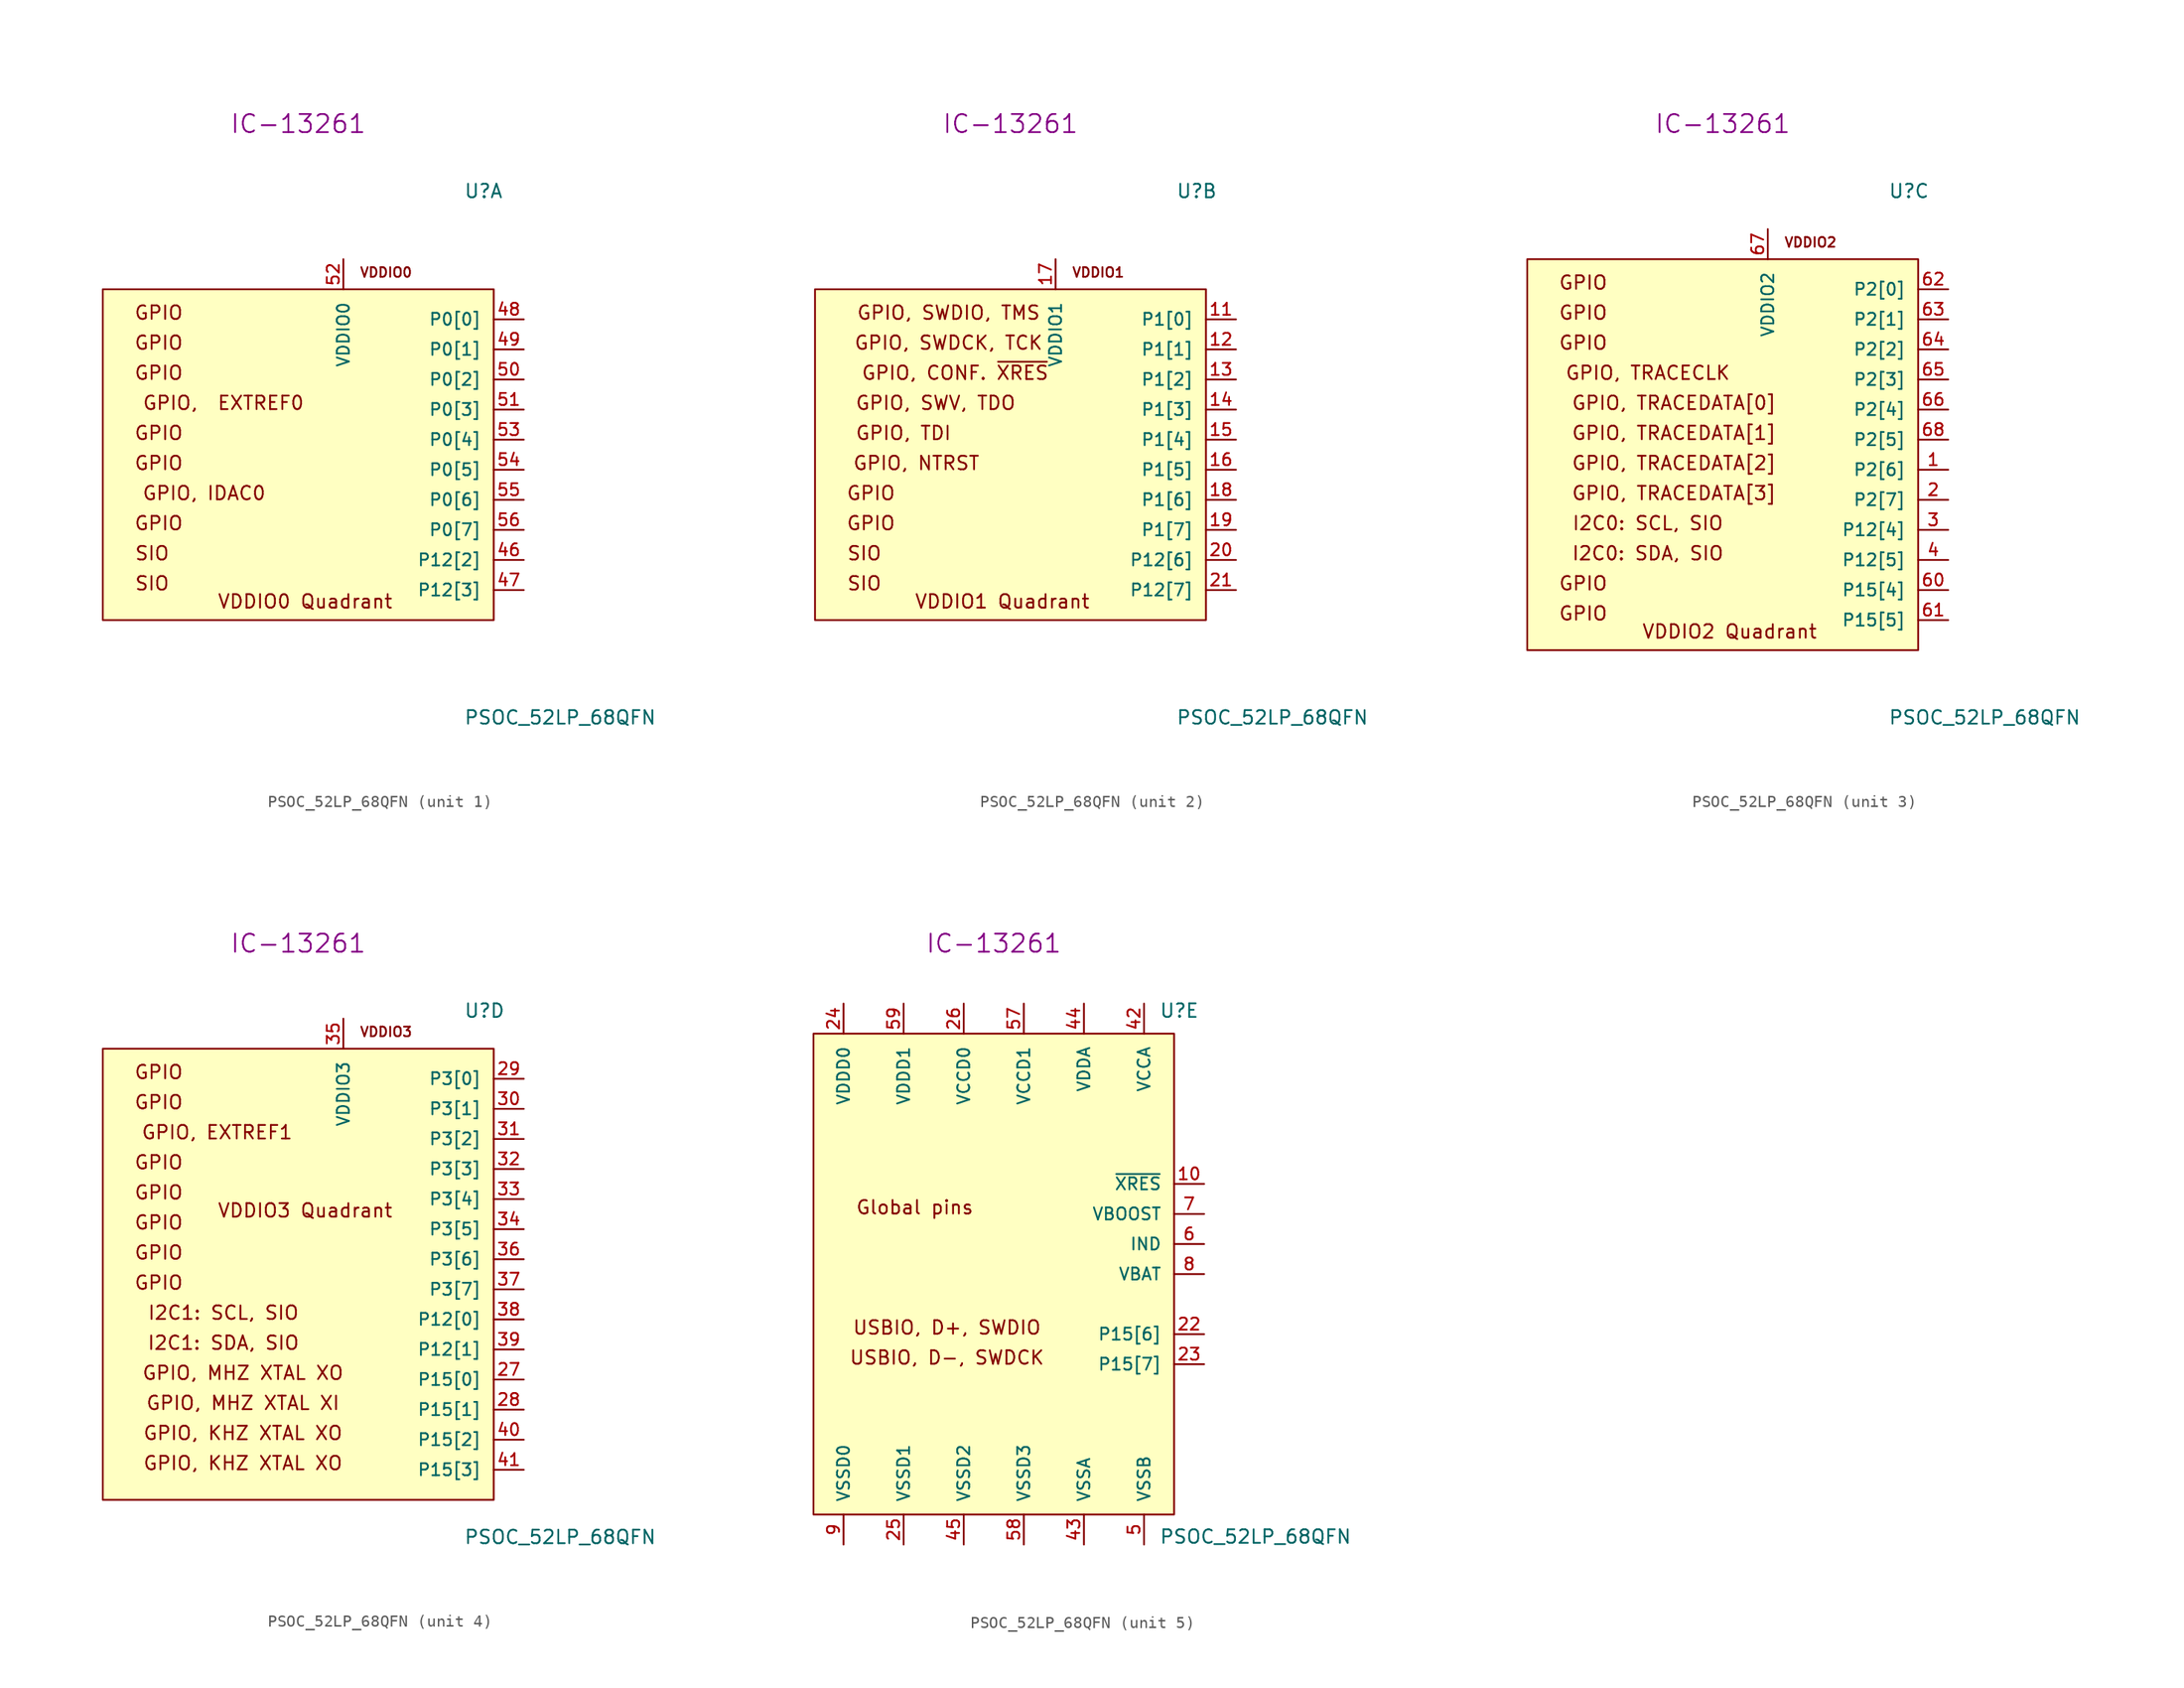
<source format=kicad_sym>
(kicad_symbol_lib
  (version 20220914)
  (generator kicad_symbol_editor)
  (symbol "PSOC_52LP_68QFN"
    (pin_names
      (offset 1.016))
    (property "Reference" "U"
      (at 13.97 21.59 0)
      (effects (font (size 1.143 1.143)) (justify left bottom)))
    (property "Value" "PSOC_52LP_68QFN"
      (at 13.97 -22.86 0)
      (effects (font (size 1.143 1.143)) (justify left bottom)))
    (property "Field4" "IC-13261"
      (at 0 27.94 0)
      (effects (font (size 1.524 1.524))))
    (property "ki_locked" ""
      (at 0 0 0)
      (effects (font (size 1.27 1.27))))
    (symbol "PSOC_52LP_68QFN_1_0"
      (text "GPIO" (at -11.786 -5.791 0) (effects (font (size 1.143 1.143))))
      (text "GPIO" (at -11.786 -0.711 0) (effects (font (size 1.143 1.143))))
      (text "GPIO" (at -11.786 1.829 0) (effects (font (size 1.143 1.143))))
      (text "GPIO" (at -11.786 6.909 0) (effects (font (size 1.143 1.143))))
      (text "GPIO" (at -11.786 9.449 0) (effects (font (size 1.143 1.143))))
      (text "GPIO" (at -11.786 11.989 0) (effects (font (size 1.143 1.143))))
      (text "GPIO,  EXTREF0" (at -6.325 4.369 0) (effects (font (size 1.143 1.143))))
      (text "GPIO, IDAC0" (at -7.95 -3.251 0) (effects (font (size 1.143 1.143))))
      (text "SIO" (at -12.344 -10.871 0) (effects (font (size 1.143 1.143))))
      (text "SIO" (at -12.344 -8.331 0) (effects (font (size 1.143 1.143))))
      (text "VDDIO0" (at 7.417 15.392 0) (effects (font (size 0.813 0.813))))
      (text "VDDIO0 Quadrant" (at 0.584 -12.395 0) (effects (font (size 1.143 1.143)))))
    (symbol "PSOC_52LP_68QFN_1_1"
      (polyline (pts (xy -16.51 -13.97) (xy -16.51 13.97) (xy 16.51 13.97) (xy 16.51 -13.97) (xy -16.51 -13.97)) (stroke (width 0) (type solid)) (fill (type background)))
      (pin bidirectional line (at 19.05 -8.89 180) (length 2.54) (name "P12[2]" (effects (font (size 1.016 1.016)))) (number "46" (effects (font (size 1.016 1.016)))))
      (pin bidirectional line (at 19.05 -11.43 180) (length 2.54) (name "P12[3]" (effects (font (size 1.016 1.016)))) (number "47" (effects (font (size 1.016 1.016)))))
      (pin bidirectional line (at 19.05 11.43 180) (length 2.54) (name "P0[0]" (effects (font (size 1.016 1.016)))) (number "48" (effects (font (size 1.016 1.016)))))
      (pin bidirectional line (at 19.05 8.89 180) (length 2.54) (name "P0[1]" (effects (font (size 1.016 1.016)))) (number "49" (effects (font (size 1.016 1.016)))))
      (pin bidirectional line (at 19.05 6.35 180) (length 2.54) (name "P0[2]" (effects (font (size 1.016 1.016)))) (number "50" (effects (font (size 1.016 1.016)))))
      (pin bidirectional line (at 19.05 3.81 180) (length 2.54) (name "P0[3]" (effects (font (size 1.016 1.016)))) (number "51" (effects (font (size 1.016 1.016)))))
      (pin bidirectional line (at 3.81 16.51 270) (length 2.54) (name "VDDIO0" (effects (font (size 1.016 1.016)))) (number "52" (effects (font (size 1.016 1.016)))))
      (pin bidirectional line (at 19.05 1.27 180) (length 2.54) (name "P0[4]" (effects (font (size 1.016 1.016)))) (number "53" (effects (font (size 1.016 1.016)))))
      (pin bidirectional line (at 19.05 -1.27 180) (length 2.54) (name "P0[5]" (effects (font (size 1.016 1.016)))) (number "54" (effects (font (size 1.016 1.016)))))
      (pin bidirectional line (at 19.05 -3.81 180) (length 2.54) (name "P0[6]" (effects (font (size 1.016 1.016)))) (number "55" (effects (font (size 1.016 1.016)))))
      (pin bidirectional line (at 19.05 -6.35 180) (length 2.54) (name "P0[7]" (effects (font (size 1.016 1.016)))) (number "56" (effects (font (size 1.016 1.016))))))
    (symbol "PSOC_52LP_68QFN_2_0"
      (text "GPIO" (at -11.786 -5.791 0) (effects (font (size 1.143 1.143))))
      (text "GPIO" (at -11.786 -3.251 0) (effects (font (size 1.143 1.143))))
      (text "GPIO, CONF. ~{XRES}" (at -4.674 6.909 0) (effects (font (size 1.143 1.143))))
      (text "GPIO, NTRST" (at -7.95 -0.711 0) (effects (font (size 1.143 1.143))))
      (text "GPIO, SWDCK, TCK" (at -5.232 9.449 0) (effects (font (size 1.143 1.143))))
      (text "GPIO, SWDIO, TMS" (at -5.232 11.989 0) (effects (font (size 1.143 1.143))))
      (text "GPIO, SWV, TDO" (at -6.325 4.369 0) (effects (font (size 1.143 1.143))))
      (text "GPIO, TDI" (at -9.042 1.829 0) (effects (font (size 1.143 1.143))))
      (text "SIO" (at -12.344 -10.871 0) (effects (font (size 1.143 1.143))))
      (text "SIO" (at -12.344 -8.331 0) (effects (font (size 1.143 1.143))))
      (text "VDDIO1" (at 7.417 15.392 0) (effects (font (size 0.813 0.813))))
      (text "VDDIO1 Quadrant" (at -0.686 -12.395 0) (effects (font (size 1.143 1.143)))))
    (symbol "PSOC_52LP_68QFN_2_1"
      (polyline (pts (xy -16.51 -13.97) (xy -16.51 13.97) (xy 16.51 13.97) (xy 16.51 -13.97) (xy -16.51 -13.97)) (stroke (width 0) (type solid)) (fill (type background)))
      (pin bidirectional line (at 19.05 11.43 180) (length 2.54) (name "P1[0]" (effects (font (size 1.016 1.016)))) (number "11" (effects (font (size 1.016 1.016)))))
      (pin bidirectional line (at 19.05 8.89 180) (length 2.54) (name "P1[1]" (effects (font (size 1.016 1.016)))) (number "12" (effects (font (size 1.016 1.016)))))
      (pin bidirectional line (at 19.05 6.35 180) (length 2.54) (name "P1[2]" (effects (font (size 1.016 1.016)))) (number "13" (effects (font (size 1.016 1.016)))))
      (pin bidirectional line (at 19.05 3.81 180) (length 2.54) (name "P1[3]" (effects (font (size 1.016 1.016)))) (number "14" (effects (font (size 1.016 1.016)))))
      (pin bidirectional line (at 19.05 1.27 180) (length 2.54) (name "P1[4]" (effects (font (size 1.016 1.016)))) (number "15" (effects (font (size 1.016 1.016)))))
      (pin bidirectional line (at 19.05 -1.27 180) (length 2.54) (name "P1[5]" (effects (font (size 1.016 1.016)))) (number "16" (effects (font (size 1.016 1.016)))))
      (pin bidirectional line (at 3.81 16.51 270) (length 2.54) (name "VDDIO1" (effects (font (size 1.016 1.016)))) (number "17" (effects (font (size 1.016 1.016)))))
      (pin bidirectional line (at 19.05 -3.81 180) (length 2.54) (name "P1[6]" (effects (font (size 1.016 1.016)))) (number "18" (effects (font (size 1.016 1.016)))))
      (pin bidirectional line (at 19.05 -6.35 180) (length 2.54) (name "P1[7]" (effects (font (size 1.016 1.016)))) (number "19" (effects (font (size 1.016 1.016)))))
      (pin bidirectional line (at 19.05 -8.89 180) (length 2.54) (name "P12[6]" (effects (font (size 1.016 1.016)))) (number "20" (effects (font (size 1.016 1.016)))))
      (pin bidirectional line (at 19.05 -11.43 180) (length 2.54) (name "P12[7]" (effects (font (size 1.016 1.016)))) (number "21" (effects (font (size 1.016 1.016))))))
    (symbol "PSOC_52LP_68QFN_3_0"
      (text "GPIO" (at -11.786 -13.411 0) (effects (font (size 1.143 1.143))))
      (text "GPIO" (at -11.786 -10.871 0) (effects (font (size 1.143 1.143))))
      (text "GPIO" (at -11.786 9.449 0) (effects (font (size 1.143 1.143))))
      (text "GPIO" (at -11.786 11.989 0) (effects (font (size 1.143 1.143))))
      (text "GPIO" (at -11.786 14.529 0) (effects (font (size 1.143 1.143))))
      (text "GPIO, TRACECLK" (at -6.325 6.909 0) (effects (font (size 1.143 1.143))))
      (text "GPIO, TRACEDATA[0]" (at -4.115 4.369 0) (effects (font (size 1.143 1.143))))
      (text "GPIO, TRACEDATA[1]" (at -4.115 1.829 0) (effects (font (size 1.143 1.143))))
      (text "GPIO, TRACEDATA[2]" (at -4.115 -0.711 0) (effects (font (size 1.143 1.143))))
      (text "GPIO, TRACEDATA[3]" (at -4.115 -3.251 0) (effects (font (size 1.143 1.143))))
      (text "I2C0: SCL, SIO" (at -6.325 -5.791 0) (effects (font (size 1.143 1.143))))
      (text "I2C0: SDA, SIO" (at -6.325 -8.331 0) (effects (font (size 1.143 1.143))))
      (text "VDDIO2" (at 7.417 17.932 0) (effects (font (size 0.813 0.813))))
      (text "VDDIO2 Quadrant" (at 0.584 -14.935 0) (effects (font (size 1.143 1.143)))))
    (symbol "PSOC_52LP_68QFN_3_1"
      (polyline (pts (xy -16.51 -16.51) (xy -16.51 16.51) (xy 16.51 16.51) (xy 16.51 -16.51) (xy -16.51 -16.51)) (stroke (width 0) (type solid)) (fill (type background)))
      (pin bidirectional line (at 19.05 -1.27 180) (length 2.54) (name "P2[6]" (effects (font (size 1.016 1.016)))) (number "1" (effects (font (size 1.016 1.016)))))
      (pin bidirectional line (at 19.05 -3.81 180) (length 2.54) (name "P2[7]" (effects (font (size 1.016 1.016)))) (number "2" (effects (font (size 1.016 1.016)))))
      (pin bidirectional line (at 19.05 -6.35 180) (length 2.54) (name "P12[4]" (effects (font (size 1.016 1.016)))) (number "3" (effects (font (size 1.016 1.016)))))
      (pin bidirectional line (at 19.05 -8.89 180) (length 2.54) (name "P12[5]" (effects (font (size 1.016 1.016)))) (number "4" (effects (font (size 1.016 1.016)))))
      (pin bidirectional line (at 19.05 -11.43 180) (length 2.54) (name "P15[4]" (effects (font (size 1.016 1.016)))) (number "60" (effects (font (size 1.016 1.016)))))
      (pin bidirectional line (at 19.05 -13.97 180) (length 2.54) (name "P15[5]" (effects (font (size 1.016 1.016)))) (number "61" (effects (font (size 1.016 1.016)))))
      (pin bidirectional line (at 19.05 13.97 180) (length 2.54) (name "P2[0]" (effects (font (size 1.016 1.016)))) (number "62" (effects (font (size 1.016 1.016)))))
      (pin bidirectional line (at 19.05 11.43 180) (length 2.54) (name "P2[1]" (effects (font (size 1.016 1.016)))) (number "63" (effects (font (size 1.016 1.016)))))
      (pin bidirectional line (at 19.05 8.89 180) (length 2.54) (name "P2[2]" (effects (font (size 1.016 1.016)))) (number "64" (effects (font (size 1.016 1.016)))))
      (pin bidirectional line (at 19.05 6.35 180) (length 2.54) (name "P2[3]" (effects (font (size 1.016 1.016)))) (number "65" (effects (font (size 1.016 1.016)))))
      (pin bidirectional line (at 19.05 3.81 180) (length 2.54) (name "P2[4]" (effects (font (size 1.016 1.016)))) (number "66" (effects (font (size 1.016 1.016)))))
      (pin bidirectional line (at 3.81 19.05 270) (length 2.54) (name "VDDIO2" (effects (font (size 1.016 1.016)))) (number "67" (effects (font (size 1.016 1.016)))))
      (pin bidirectional line (at 19.05 1.27 180) (length 2.54) (name "P2[5]" (effects (font (size 1.016 1.016)))) (number "68" (effects (font (size 1.016 1.016))))))
    (symbol "PSOC_52LP_68QFN_4_0"
      (text "GPIO" (at -11.786 -0.711 0) (effects (font (size 1.143 1.143))))
      (text "GPIO" (at -11.786 1.829 0) (effects (font (size 1.143 1.143))))
      (text "GPIO" (at -11.786 4.369 0) (effects (font (size 1.143 1.143))))
      (text "GPIO" (at -11.786 6.909 0) (effects (font (size 1.143 1.143))))
      (text "GPIO" (at -11.786 9.449 0) (effects (font (size 1.143 1.143))))
      (text "GPIO" (at -11.786 14.529 0) (effects (font (size 1.143 1.143))))
      (text "GPIO" (at -11.786 17.069 0) (effects (font (size 1.143 1.143))))
      (text "GPIO, EXTREF1" (at -6.858 11.989 0) (effects (font (size 1.143 1.143))))
      (text "GPIO, KHZ XTAL XO" (at -4.674 -15.951 0) (effects (font (size 1.143 1.143))))
      (text "GPIO, KHZ XTAL XO" (at -4.674 -13.411 0) (effects (font (size 1.143 1.143))))
      (text "GPIO, MHZ XTAL XI" (at -4.674 -10.871 0) (effects (font (size 1.143 1.143))))
      (text "GPIO, MHZ XTAL XO" (at -4.674 -8.331 0) (effects (font (size 1.143 1.143))))
      (text "I2C1: SCL, SIO" (at -6.325 -3.251 0) (effects (font (size 1.143 1.143))))
      (text "I2C1: SDA, SIO" (at -6.325 -5.791 0) (effects (font (size 1.143 1.143))))
      (text "VDDIO3" (at 7.417 20.472 0) (effects (font (size 0.813 0.813))))
      (text "VDDIO3 Quadrant" (at 0.584 5.385 0) (effects (font (size 1.143 1.143)))))
    (symbol "PSOC_52LP_68QFN_4_1"
      (polyline (pts (xy -16.51 -19.05) (xy -16.51 19.05) (xy 16.51 19.05) (xy 16.51 -19.05) (xy -16.51 -19.05)) (stroke (width 0) (type solid)) (fill (type background)))
      (pin bidirectional line (at 19.05 -8.89 180) (length 2.54) (name "P15[0]" (effects (font (size 1.016 1.016)))) (number "27" (effects (font (size 1.016 1.016)))))
      (pin bidirectional line (at 19.05 -11.43 180) (length 2.54) (name "P15[1]" (effects (font (size 1.016 1.016)))) (number "28" (effects (font (size 1.016 1.016)))))
      (pin bidirectional line (at 19.05 16.51 180) (length 2.54) (name "P3[0]" (effects (font (size 1.016 1.016)))) (number "29" (effects (font (size 1.016 1.016)))))
      (pin bidirectional line (at 19.05 13.97 180) (length 2.54) (name "P3[1]" (effects (font (size 1.016 1.016)))) (number "30" (effects (font (size 1.016 1.016)))))
      (pin bidirectional line (at 19.05 11.43 180) (length 2.54) (name "P3[2]" (effects (font (size 1.016 1.016)))) (number "31" (effects (font (size 1.016 1.016)))))
      (pin bidirectional line (at 19.05 8.89 180) (length 2.54) (name "P3[3]" (effects (font (size 1.016 1.016)))) (number "32" (effects (font (size 1.016 1.016)))))
      (pin bidirectional line (at 19.05 6.35 180) (length 2.54) (name "P3[4]" (effects (font (size 1.016 1.016)))) (number "33" (effects (font (size 1.016 1.016)))))
      (pin bidirectional line (at 19.05 3.81 180) (length 2.54) (name "P3[5]" (effects (font (size 1.016 1.016)))) (number "34" (effects (font (size 1.016 1.016)))))
      (pin bidirectional line (at 3.81 21.59 270) (length 2.54) (name "VDDIO3" (effects (font (size 1.016 1.016)))) (number "35" (effects (font (size 1.016 1.016)))))
      (pin bidirectional line (at 19.05 1.27 180) (length 2.54) (name "P3[6]" (effects (font (size 1.016 1.016)))) (number "36" (effects (font (size 1.016 1.016)))))
      (pin bidirectional line (at 19.05 -1.27 180) (length 2.54) (name "P3[7]" (effects (font (size 1.016 1.016)))) (number "37" (effects (font (size 1.016 1.016)))))
      (pin bidirectional line (at 19.05 -3.81 180) (length 2.54) (name "P12[0]" (effects (font (size 1.016 1.016)))) (number "38" (effects (font (size 1.016 1.016)))))
      (pin bidirectional line (at 19.05 -6.35 180) (length 2.54) (name "P12[1]" (effects (font (size 1.016 1.016)))) (number "39" (effects (font (size 1.016 1.016)))))
      (pin bidirectional line (at 19.05 -13.97 180) (length 2.54) (name "P15[2]" (effects (font (size 1.016 1.016)))) (number "40" (effects (font (size 1.016 1.016)))))
      (pin bidirectional line (at 19.05 -16.51 180) (length 2.54) (name "P15[3]" (effects (font (size 1.016 1.016)))) (number "41" (effects (font (size 1.016 1.016))))))
    (symbol "PSOC_52LP_68QFN_5_0"
      (text "Global pins" (at -6.68 5.639 0) (effects (font (size 1.143 1.143))))
      (text "USBIO, D+, SWDIO" (at -3.962 -4.521 0) (effects (font (size 1.143 1.143))))
      (text "USBIO, D-, SWDCK" (at -3.962 -7.061 0) (effects (font (size 1.143 1.143)))))
    (symbol "PSOC_52LP_68QFN_5_1"
      (polyline (pts (xy -15.24 -20.32) (xy -15.24 20.32) (xy 15.24 20.32) (xy 15.24 -20.32) (xy -15.24 -20.32)) (stroke (width 0) (type solid)) (fill (type background)))
      (pin bidirectional line (at 17.78 7.62 180) (length 2.54) (name "~{XRES}" (effects (font (size 1.016 1.016)))) (number "10" (effects (font (size 1.016 1.016)))))
      (pin bidirectional line (at 17.78 -5.08 180) (length 2.54) (name "P15[6]" (effects (font (size 1.016 1.016)))) (number "22" (effects (font (size 1.016 1.016)))))
      (pin bidirectional line (at 17.78 -7.62 180) (length 2.54) (name "P15[7]" (effects (font (size 1.016 1.016)))) (number "23" (effects (font (size 1.016 1.016)))))
      (pin bidirectional line (at -12.7 22.86 270) (length 2.54) (name "VDDD0" (effects (font (size 1.016 1.016)))) (number "24" (effects (font (size 1.016 1.016)))))
      (pin bidirectional line (at -7.62 -22.86 90) (length 2.54) (name "VSSD1" (effects (font (size 1.016 1.016)))) (number "25" (effects (font (size 1.016 1.016)))))
      (pin bidirectional line (at -2.54 22.86 270) (length 2.54) (name "VCCD0" (effects (font (size 1.016 1.016)))) (number "26" (effects (font (size 1.016 1.016)))))
      (pin bidirectional line (at 12.7 22.86 270) (length 2.54) (name "VCCA" (effects (font (size 1.016 1.016)))) (number "42" (effects (font (size 1.016 1.016)))))
      (pin bidirectional line (at 7.62 -22.86 90) (length 2.54) (name "VSSA" (effects (font (size 1.016 1.016)))) (number "43" (effects (font (size 1.016 1.016)))))
      (pin bidirectional line (at 7.62 22.86 270) (length 2.54) (name "VDDA" (effects (font (size 1.016 1.016)))) (number "44" (effects (font (size 1.016 1.016)))))
      (pin bidirectional line (at -2.54 -22.86 90) (length 2.54) (name "VSSD2" (effects (font (size 1.016 1.016)))) (number "45" (effects (font (size 1.016 1.016)))))
      (pin bidirectional line (at 12.7 -22.86 90) (length 2.54) (name "VSSB" (effects (font (size 1.016 1.016)))) (number "5" (effects (font (size 1.016 1.016)))))
      (pin bidirectional line (at 2.54 22.86 270) (length 2.54) (name "VCCD1" (effects (font (size 1.016 1.016)))) (number "57" (effects (font (size 1.016 1.016)))))
      (pin bidirectional line (at 2.54 -22.86 90) (length 2.54) (name "VSSD3" (effects (font (size 1.016 1.016)))) (number "58" (effects (font (size 1.016 1.016)))))
      (pin bidirectional line (at -7.62 22.86 270) (length 2.54) (name "VDDD1" (effects (font (size 1.016 1.016)))) (number "59" (effects (font (size 1.016 1.016)))))
      (pin bidirectional line (at 17.78 2.54 180) (length 2.54) (name "IND" (effects (font (size 1.016 1.016)))) (number "6" (effects (font (size 1.016 1.016)))))
      (pin bidirectional line (at -12.7 -22.86 90) (length 2.54) hide (name "VSSD0" (effects (font (size 1.016 1.016)))) (number "69" (effects (font (size 1.016 1.016)))))
      (pin bidirectional line (at 17.78 5.08 180) (length 2.54) (name "VBOOST" (effects (font (size 1.016 1.016)))) (number "7" (effects (font (size 1.016 1.016)))))
      (pin bidirectional line (at 17.78 0 180) (length 2.54) (name "VBAT" (effects (font (size 1.016 1.016)))) (number "8" (effects (font (size 1.016 1.016)))))
      (pin bidirectional line (at -12.7 -22.86 90) (length 2.54) (name "VSSD0" (effects (font (size 1.016 1.016)))) (number "9" (effects (font (size 1.016 1.016))))))))
</source>
